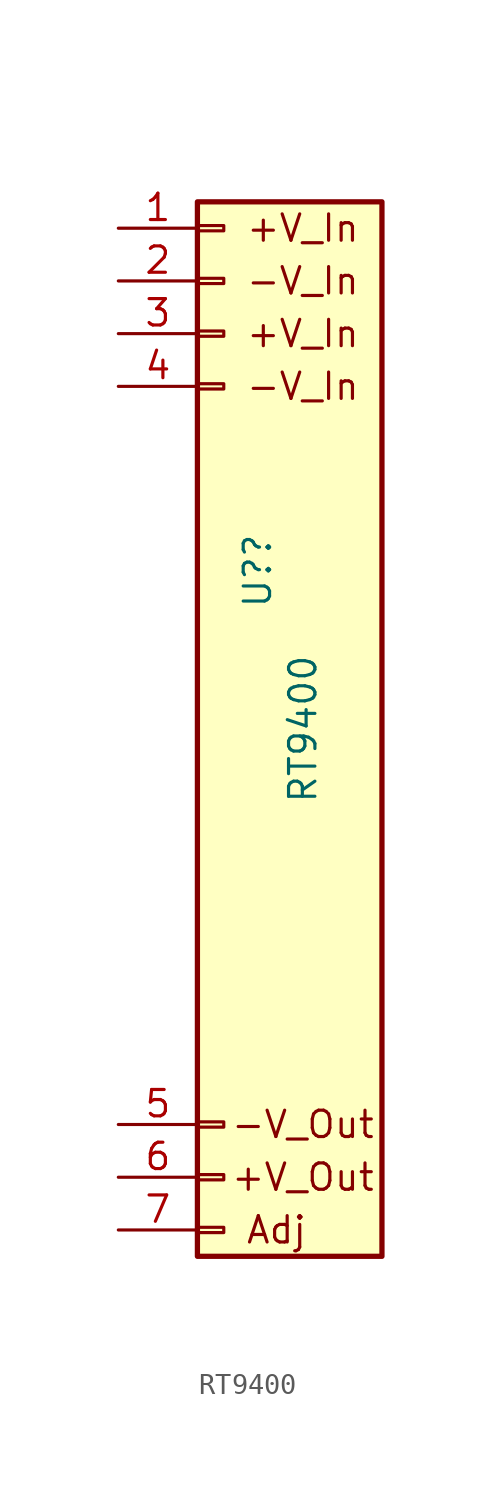
<source format=kicad_sym>
(kicad_symbol_lib
  (version 20211014)
  (generator kicad_symbol_editor)
  (symbol "RT9400"
    (pin_names
      (offset 1.016) hide)
    (property "Reference" "U?"
      (at 1.626 6.35 90)
      (effects (font (size 1.27 1.27))))
    (property "Value" "RT9400"
      (at 3.81 -1.27 90)
      (effects (font (size 1.27 1.27))))
    (symbol "RT9400_0_0"
      (text "+V_In" (at 3.81 17.78 0) (effects (font (size 1.27 1.27))))
      (text "+V_In" (at 3.81 22.86 0) (effects (font (size 1.27 1.27))))
      (text "+V_Out" (at 3.81 -22.86 0) (effects (font (size 1.27 1.27))))
      (text "-V_In" (at 3.81 15.24 0) (effects (font (size 1.27 1.27))))
      (text "-V_In" (at 3.81 20.32 0) (effects (font (size 1.27 1.27))))
      (text "-V_Out" (at 3.81 -20.32 0) (effects (font (size 1.27 1.27))))
      (text "Adj" (at 2.54 -25.4 0) (effects (font (size 1.27 1.27)))))
    (symbol "RT9400_1_1"
      (rectangle (start -1.27 -25.273) (end 0 -25.527) (stroke (width 0.152) (type default) (color 0 0 0 0)) (fill (type none)))
      (rectangle (start -1.27 -22.733) (end 0 -22.987) (stroke (width 0.152) (type default) (color 0 0 0 0)) (fill (type none)))
      (rectangle (start -1.27 -20.193) (end 0 -20.447) (stroke (width 0.152) (type default) (color 0 0 0 0)) (fill (type none)))
      (rectangle (start -1.27 15.367) (end 0 15.113) (stroke (width 0.152) (type default) (color 0 0 0 0)) (fill (type none)))
      (rectangle (start -1.27 17.907) (end 0 17.653) (stroke (width 0.152) (type default) (color 0 0 0 0)) (fill (type none)))
      (rectangle (start -1.27 20.447) (end 0 20.193) (stroke (width 0.152) (type default) (color 0 0 0 0)) (fill (type none)))
      (rectangle (start -1.27 22.987) (end 0 22.733) (stroke (width 0.152) (type default) (color 0 0 0 0)) (fill (type none)))
      (rectangle (start -1.27 24.13) (end 7.62 -26.67) (stroke (width 0.254) (type default) (color 0 0 0 0)) (fill (type background)))
      (pin power_in line (at -5.08 22.86 0) (length 3.81) (name "V+_In" (effects (font (size 1.27 1.27)))) (number "1" (effects (font (size 1.27 1.27)))))
      (pin power_in line (at -5.08 20.32 0) (length 3.81) (name "V-_In" (effects (font (size 1.27 1.27)))) (number "2" (effects (font (size 1.27 1.27)))))
      (pin power_in line (at -5.08 17.78 0) (length 3.81) (name "V+_In" (effects (font (size 1.27 1.27)))) (number "3" (effects (font (size 1.27 1.27)))))
      (pin power_in line (at -5.08 15.24 0) (length 3.81) (name "V-_In" (effects (font (size 1.27 1.27)))) (number "4" (effects (font (size 1.27 1.27)))))
      (pin power_out line (at -5.08 -20.32 0) (length 3.81) (name "VDC+" (effects (font (size 1.27 1.27)))) (number "5" (effects (font (size 1.27 1.27)))))
      (pin power_in line (at -5.08 -22.86 0) (length 3.81) (name "Adj" (effects (font (size 1.27 1.27)))) (number "6" (effects (font (size 1.27 1.27)))))
      (pin input line (at -5.08 -25.4 0) (length 3.81) (name "NC" (effects (font (size 1.27 1.27)))) (number "7" (effects (font (size 1.27 1.27))))))))
</source>
